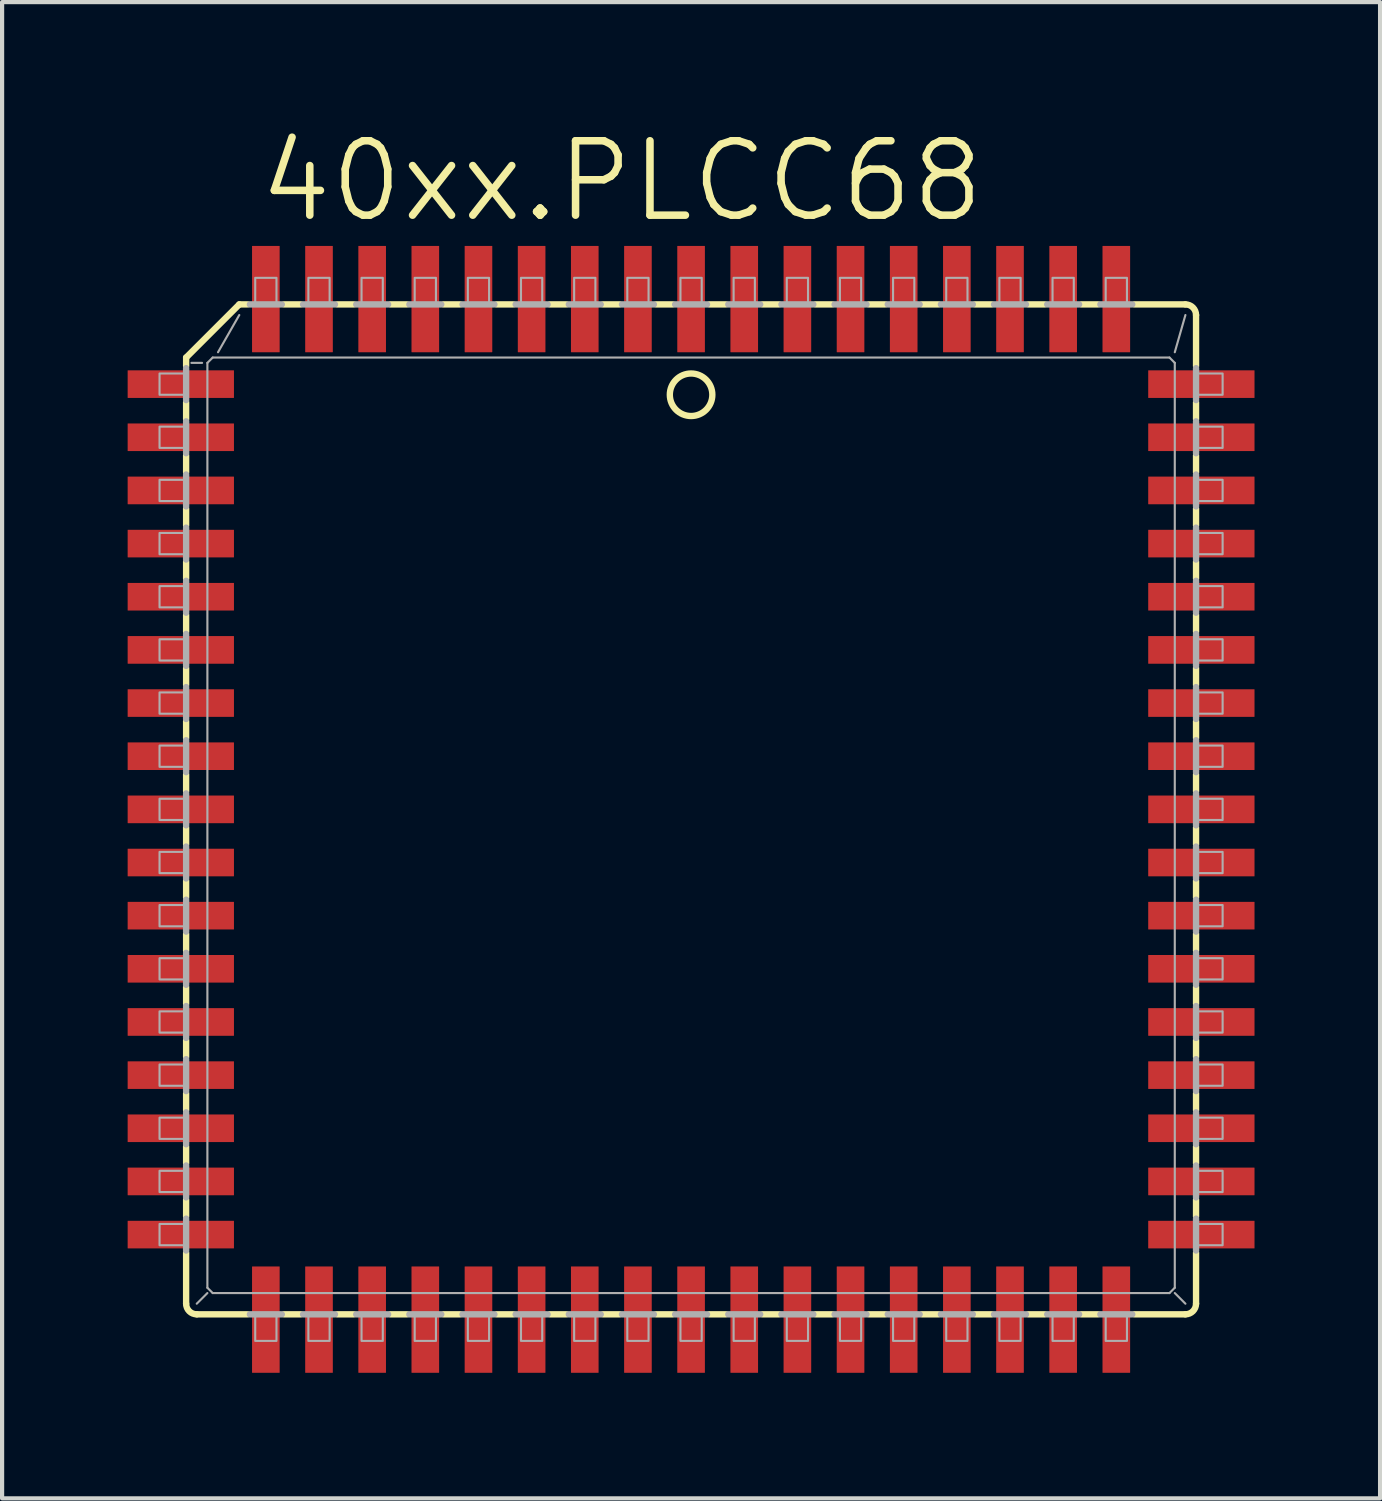
<source format=kicad_pcb>
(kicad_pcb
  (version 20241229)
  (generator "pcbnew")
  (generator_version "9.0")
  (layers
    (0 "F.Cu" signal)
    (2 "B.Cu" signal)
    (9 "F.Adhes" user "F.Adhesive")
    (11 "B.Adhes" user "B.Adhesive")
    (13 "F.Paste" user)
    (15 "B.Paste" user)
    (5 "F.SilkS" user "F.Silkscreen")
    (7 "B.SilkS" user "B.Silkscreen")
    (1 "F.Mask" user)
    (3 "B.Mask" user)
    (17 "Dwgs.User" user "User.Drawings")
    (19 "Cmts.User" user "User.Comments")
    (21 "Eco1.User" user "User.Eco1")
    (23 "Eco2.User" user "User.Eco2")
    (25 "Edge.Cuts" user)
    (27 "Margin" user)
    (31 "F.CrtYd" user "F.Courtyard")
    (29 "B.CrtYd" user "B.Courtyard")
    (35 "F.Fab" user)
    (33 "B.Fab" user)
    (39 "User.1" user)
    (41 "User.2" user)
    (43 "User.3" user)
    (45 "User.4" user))
  (footprint "40xx.PLCC68"
    (layer "F.Cu")
    (at 13.462 16.288)
    (property "Reference" "40xx.PLCC68" (at -10.414 -13.97 0) (layer "F.SilkS") (effects (font (size 1.778 1.778) (thickness 0.18)) (justify left bottom)))
    (attr smd)
    (fp_line (start -12.065 -10.795) (end -12.065 -10.592) (stroke (width 0.152) (type default)) (layer "F.SilkS"))
    (fp_line (start -12.065 -10.795) (end -10.795 -12.065) (stroke (width 0.152) (type default)) (layer "F.SilkS"))
    (fp_line (start -12.065 -9.728) (end -12.065 -9.322) (stroke (width 0.152) (type default)) (layer "F.SilkS"))
    (fp_line (start -12.065 -8.458) (end -12.065 -8.052) (stroke (width 0.152) (type default)) (layer "F.SilkS"))
    (fp_line (start -12.065 -7.188) (end -12.065 -6.782) (stroke (width 0.152) (type default)) (layer "F.SilkS"))
    (fp_line (start -12.065 -5.918) (end -12.065 -5.512) (stroke (width 0.152) (type default)) (layer "F.SilkS"))
    (fp_line (start -12.065 -4.648) (end -12.065 -4.242) (stroke (width 0.152) (type default)) (layer "F.SilkS"))
    (fp_line (start -12.065 -3.378) (end -12.065 -2.972) (stroke (width 0.152) (type default)) (layer "F.SilkS"))
    (fp_line (start -12.065 -1.702) (end -12.065 -2.108) (stroke (width 0.152) (type default)) (layer "F.SilkS"))
    (fp_line (start -12.065 -0.838) (end -12.065 -0.432) (stroke (width 0.152) (type default)) (layer "F.SilkS"))
    (fp_line (start -12.065 0.838) (end -12.065 0.432) (stroke (width 0.152) (type default)) (layer "F.SilkS"))
    (fp_line (start -12.065 1.702) (end -12.065 2.108) (stroke (width 0.152) (type default)) (layer "F.SilkS"))
    (fp_line (start -12.065 3.378) (end -12.065 2.972) (stroke (width 0.152) (type default)) (layer "F.SilkS"))
    (fp_line (start -12.065 4.242) (end -12.065 4.648) (stroke (width 0.152) (type default)) (layer "F.SilkS"))
    (fp_line (start -12.065 5.918) (end -12.065 5.512) (stroke (width 0.152) (type default)) (layer "F.SilkS"))
    (fp_line (start -12.065 6.782) (end -12.065 7.188) (stroke (width 0.152) (type default)) (layer "F.SilkS"))
    (fp_line (start -12.065 8.458) (end -12.065 8.052) (stroke (width 0.152) (type default)) (layer "F.SilkS"))
    (fp_line (start -12.065 9.322) (end -12.065 9.728) (stroke (width 0.152) (type default)) (layer "F.SilkS"))
    (fp_line (start -12.065 11.811) (end -12.065 10.592) (stroke (width 0.152) (type default)) (layer "F.SilkS"))
    (fp_line (start -11.811 12.065) (end -10.592 12.065) (stroke (width 0.152) (type default)) (layer "F.SilkS"))
    (fp_line (start -10.795 -12.065) (end -10.592 -12.065) (stroke (width 0.152) (type default)) (layer "F.SilkS"))
    (fp_line (start -9.728 12.065) (end -9.322 12.065) (stroke (width 0.152) (type default)) (layer "F.SilkS"))
    (fp_line (start -9.322 -12.065) (end -9.728 -12.065) (stroke (width 0.152) (type default)) (layer "F.SilkS"))
    (fp_line (start -8.458 -12.065) (end -8.052 -12.065) (stroke (width 0.152) (type default)) (layer "F.SilkS"))
    (fp_line (start -8.458 12.065) (end -8.052 12.065) (stroke (width 0.152) (type default)) (layer "F.SilkS"))
    (fp_line (start -7.188 12.065) (end -6.782 12.065) (stroke (width 0.152) (type default)) (layer "F.SilkS"))
    (fp_line (start -6.782 -12.065) (end -7.188 -12.065) (stroke (width 0.152) (type default)) (layer "F.SilkS"))
    (fp_line (start -5.918 -12.065) (end -5.512 -12.065) (stroke (width 0.152) (type default)) (layer "F.SilkS"))
    (fp_line (start -5.918 12.065) (end -5.512 12.065) (stroke (width 0.152) (type default)) (layer "F.SilkS"))
    (fp_line (start -4.648 12.065) (end -4.242 12.065) (stroke (width 0.152) (type default)) (layer "F.SilkS"))
    (fp_line (start -4.242 -12.065) (end -4.648 -12.065) (stroke (width 0.152) (type default)) (layer "F.SilkS"))
    (fp_line (start -3.378 -12.065) (end -2.972 -12.065) (stroke (width 0.152) (type default)) (layer "F.SilkS"))
    (fp_line (start -3.378 12.065) (end -2.972 12.065) (stroke (width 0.152) (type default)) (layer "F.SilkS"))
    (fp_line (start -1.702 -12.065) (end -2.108 -12.065) (stroke (width 0.152) (type default)) (layer "F.SilkS"))
    (fp_line (start -1.702 12.065) (end -2.108 12.065) (stroke (width 0.152) (type default)) (layer "F.SilkS"))
    (fp_line (start -0.838 -12.065) (end -0.432 -12.065) (stroke (width 0.152) (type default)) (layer "F.SilkS"))
    (fp_line (start -0.838 12.065) (end -0.432 12.065) (stroke (width 0.152) (type default)) (layer "F.SilkS"))
    (fp_line (start 0.838 -12.065) (end 0.432 -12.065) (stroke (width 0.152) (type default)) (layer "F.SilkS"))
    (fp_line (start 0.838 12.065) (end 0.432 12.065) (stroke (width 0.152) (type default)) (layer "F.SilkS"))
    (fp_line (start 1.702 -12.065) (end 2.108 -12.065) (stroke (width 0.152) (type default)) (layer "F.SilkS"))
    (fp_line (start 1.702 12.065) (end 2.108 12.065) (stroke (width 0.152) (type default)) (layer "F.SilkS"))
    (fp_line (start 3.378 -12.065) (end 2.972 -12.065) (stroke (width 0.152) (type default)) (layer "F.SilkS"))
    (fp_line (start 3.378 12.065) (end 2.972 12.065) (stroke (width 0.152) (type default)) (layer "F.SilkS"))
    (fp_line (start 4.242 12.065) (end 4.648 12.065) (stroke (width 0.152) (type default)) (layer "F.SilkS"))
    (fp_line (start 4.648 -12.065) (end 4.242 -12.065) (stroke (width 0.152) (type default)) (layer "F.SilkS"))
    (fp_line (start 5.918 -12.065) (end 5.512 -12.065) (stroke (width 0.152) (type default)) (layer "F.SilkS"))
    (fp_line (start 5.918 12.065) (end 5.512 12.065) (stroke (width 0.152) (type default)) (layer "F.SilkS"))
    (fp_line (start 6.782 12.065) (end 7.188 12.065) (stroke (width 0.152) (type default)) (layer "F.SilkS"))
    (fp_line (start 7.188 -12.065) (end 6.782 -12.065) (stroke (width 0.152) (type default)) (layer "F.SilkS"))
    (fp_line (start 8.458 -12.065) (end 8.052 -12.065) (stroke (width 0.152) (type default)) (layer "F.SilkS"))
    (fp_line (start 8.458 12.065) (end 8.052 12.065) (stroke (width 0.152) (type default)) (layer "F.SilkS"))
    (fp_line (start 9.322 12.065) (end 9.728 12.065) (stroke (width 0.152) (type default)) (layer "F.SilkS"))
    (fp_line (start 9.728 -12.065) (end 9.322 -12.065) (stroke (width 0.152) (type default)) (layer "F.SilkS"))
    (fp_line (start 11.811 -12.065) (end 10.592 -12.065) (stroke (width 0.152) (type default)) (layer "F.SilkS"))
    (fp_line (start 11.811 12.065) (end 10.592 12.065) (stroke (width 0.152) (type default)) (layer "F.SilkS"))
    (fp_line (start 12.065 -11.811) (end 12.065 -10.592) (stroke (width 0.152) (type default)) (layer "F.SilkS"))
    (fp_line (start 12.065 -9.322) (end 12.065 -9.728) (stroke (width 0.152) (type default)) (layer "F.SilkS"))
    (fp_line (start 12.065 -8.458) (end 12.065 -8.052) (stroke (width 0.152) (type default)) (layer "F.SilkS"))
    (fp_line (start 12.065 -6.782) (end 12.065 -7.188) (stroke (width 0.152) (type default)) (layer "F.SilkS"))
    (fp_line (start 12.065 -5.918) (end 12.065 -5.512) (stroke (width 0.152) (type default)) (layer "F.SilkS"))
    (fp_line (start 12.065 -4.242) (end 12.065 -4.648) (stroke (width 0.152) (type default)) (layer "F.SilkS"))
    (fp_line (start 12.065 -3.378) (end 12.065 -2.972) (stroke (width 0.152) (type default)) (layer "F.SilkS"))
    (fp_line (start 12.065 -1.702) (end 12.065 -2.108) (stroke (width 0.152) (type default)) (layer "F.SilkS"))
    (fp_line (start 12.065 -0.838) (end 12.065 -0.432) (stroke (width 0.152) (type default)) (layer "F.SilkS"))
    (fp_line (start 12.065 0.838) (end 12.065 0.432) (stroke (width 0.152) (type default)) (layer "F.SilkS"))
    (fp_line (start 12.065 1.702) (end 12.065 2.108) (stroke (width 0.152) (type default)) (layer "F.SilkS"))
    (fp_line (start 12.065 3.378) (end 12.065 2.972) (stroke (width 0.152) (type default)) (layer "F.SilkS"))
    (fp_line (start 12.065 4.648) (end 12.065 4.242) (stroke (width 0.152) (type default)) (layer "F.SilkS"))
    (fp_line (start 12.065 5.918) (end 12.065 5.512) (stroke (width 0.152) (type default)) (layer "F.SilkS"))
    (fp_line (start 12.065 7.188) (end 12.065 6.782) (stroke (width 0.152) (type default)) (layer "F.SilkS"))
    (fp_line (start 12.065 8.458) (end 12.065 8.052) (stroke (width 0.152) (type default)) (layer "F.SilkS"))
    (fp_line (start 12.065 9.728) (end 12.065 9.322) (stroke (width 0.152) (type default)) (layer "F.SilkS"))
    (fp_line (start 12.065 11.811) (end 12.065 10.592) (stroke (width 0.152) (type default)) (layer "F.SilkS"))
    (fp_arc (start -11.811 12.065) (mid -11.990605 11.990605) (end -12.065 11.811) (stroke (width 0.1524) (type default)) (layer "F.SilkS"))
    (fp_arc (start 11.811 -12.065) (mid 11.990605 -11.990605) (end 12.065 -11.811) (stroke (width 0.1524) (type default)) (layer "F.SilkS"))
    (fp_arc (start 12.065 11.811) (mid 11.990605 11.990605) (end 11.811 12.065) (stroke (width 0.1524) (type default)) (layer "F.SilkS"))
    (fp_circle (center 0 -9.906) (end 0.508 -9.906) (stroke (width 0.152) (type default)) (fill no) (layer "F.SilkS"))
    (fp_line (start -12.065 -10.541) (end -12.065 -9.779) (stroke (width 0.152) (type default)) (layer "F.Fab"))
    (fp_line (start -12.065 -9.271) (end -12.065 -8.509) (stroke (width 0.152) (type default)) (layer "F.Fab"))
    (fp_line (start -12.065 -8.001) (end -12.065 -7.239) (stroke (width 0.152) (type default)) (layer "F.Fab"))
    (fp_line (start -12.065 -6.731) (end -12.065 -5.969) (stroke (width 0.152) (type default)) (layer "F.Fab"))
    (fp_line (start -12.065 -5.461) (end -12.065 -4.699) (stroke (width 0.152) (type default)) (layer "F.Fab"))
    (fp_line (start -12.065 -4.191) (end -12.065 -3.429) (stroke (width 0.152) (type default)) (layer "F.Fab"))
    (fp_line (start -12.065 -2.921) (end -12.065 -2.159) (stroke (width 0.152) (type default)) (layer "F.Fab"))
    (fp_line (start -12.065 -1.651) (end -12.065 -0.889) (stroke (width 0.152) (type default)) (layer "F.Fab"))
    (fp_line (start -12.065 -0.381) (end -12.065 0.381) (stroke (width 0.152) (type default)) (layer "F.Fab"))
    (fp_line (start -12.065 0.889) (end -12.065 1.651) (stroke (width 0.152) (type default)) (layer "F.Fab"))
    (fp_line (start -12.065 2.159) (end -12.065 2.921) (stroke (width 0.152) (type default)) (layer "F.Fab"))
    (fp_line (start -12.065 3.429) (end -12.065 4.191) (stroke (width 0.152) (type default)) (layer "F.Fab"))
    (fp_line (start -12.065 4.699) (end -12.065 5.461) (stroke (width 0.152) (type default)) (layer "F.Fab"))
    (fp_line (start -12.065 5.969) (end -12.065 6.731) (stroke (width 0.152) (type default)) (layer "F.Fab"))
    (fp_line (start -12.065 7.239) (end -12.065 8.001) (stroke (width 0.152) (type default)) (layer "F.Fab"))
    (fp_line (start -12.065 8.509) (end -12.065 9.271) (stroke (width 0.152) (type default)) (layer "F.Fab"))
    (fp_line (start -12.065 9.779) (end -12.065 10.541) (stroke (width 0.152) (type default)) (layer "F.Fab"))
    (fp_line (start -11.684 -10.668) (end -11.938 -10.668) (stroke (width 0.051) (type default)) (layer "F.Fab"))
    (fp_line (start -11.557 11.43) (end -11.557 -10.668) (stroke (width 0.051) (type default)) (layer "F.Fab"))
    (fp_line (start -11.557 11.43) (end -11.43 11.557) (stroke (width 0.051) (type default)) (layer "F.Fab"))
    (fp_line (start -11.557 11.557) (end -11.811 11.811) (stroke (width 0.051) (type default)) (layer "F.Fab"))
    (fp_line (start -11.43 -10.795) (end -11.557 -10.668) (stroke (width 0.051) (type default)) (layer "F.Fab"))
    (fp_line (start -11.43 -10.795) (end 11.43 -10.795) (stroke (width 0.051) (type default)) (layer "F.Fab"))
    (fp_line (start -11.303 -10.922) (end -10.795 -11.811) (stroke (width 0.051) (type default)) (layer "F.Fab"))
    (fp_line (start -10.541 12.065) (end -9.779 12.065) (stroke (width 0.152) (type default)) (layer "F.Fab"))
    (fp_line (start -9.779 -12.065) (end -10.541 -12.065) (stroke (width 0.152) (type default)) (layer "F.Fab"))
    (fp_line (start -9.271 12.065) (end -8.509 12.065) (stroke (width 0.152) (type default)) (layer "F.Fab"))
    (fp_line (start -8.509 -12.065) (end -9.271 -12.065) (stroke (width 0.152) (type default)) (layer "F.Fab"))
    (fp_line (start -8.001 12.065) (end -7.239 12.065) (stroke (width 0.152) (type default)) (layer "F.Fab"))
    (fp_line (start -7.239 -12.065) (end -8.001 -12.065) (stroke (width 0.152) (type default)) (layer "F.Fab"))
    (fp_line (start -6.731 12.065) (end -5.969 12.065) (stroke (width 0.152) (type default)) (layer "F.Fab"))
    (fp_line (start -5.969 -12.065) (end -6.731 -12.065) (stroke (width 0.152) (type default)) (layer "F.Fab"))
    (fp_line (start -5.461 12.065) (end -4.699 12.065) (stroke (width 0.152) (type default)) (layer "F.Fab"))
    (fp_line (start -4.699 -12.065) (end -5.461 -12.065) (stroke (width 0.152) (type default)) (layer "F.Fab"))
    (fp_line (start -4.191 12.065) (end -3.429 12.065) (stroke (width 0.152) (type default)) (layer "F.Fab"))
    (fp_line (start -3.429 -12.065) (end -4.191 -12.065) (stroke (width 0.152) (type default)) (layer "F.Fab"))
    (fp_line (start -2.921 12.065) (end -2.159 12.065) (stroke (width 0.152) (type default)) (layer "F.Fab"))
    (fp_line (start -2.159 -12.065) (end -2.921 -12.065) (stroke (width 0.152) (type default)) (layer "F.Fab"))
    (fp_line (start -1.651 12.065) (end -0.889 12.065) (stroke (width 0.152) (type default)) (layer "F.Fab"))
    (fp_line (start -0.889 -12.065) (end -1.651 -12.065) (stroke (width 0.152) (type default)) (layer "F.Fab"))
    (fp_line (start -0.381 12.065) (end 0.381 12.065) (stroke (width 0.152) (type default)) (layer "F.Fab"))
    (fp_line (start 0.381 -12.065) (end -0.381 -12.065) (stroke (width 0.152) (type default)) (layer "F.Fab"))
    (fp_line (start 0.889 12.065) (end 1.651 12.065) (stroke (width 0.152) (type default)) (layer "F.Fab"))
    (fp_line (start 1.651 -12.065) (end 0.889 -12.065) (stroke (width 0.152) (type default)) (layer "F.Fab"))
    (fp_line (start 2.159 12.065) (end 2.921 12.065) (stroke (width 0.152) (type default)) (layer "F.Fab"))
    (fp_line (start 2.921 -12.065) (end 2.159 -12.065) (stroke (width 0.152) (type default)) (layer "F.Fab"))
    (fp_line (start 3.429 12.065) (end 4.191 12.065) (stroke (width 0.152) (type default)) (layer "F.Fab"))
    (fp_line (start 4.191 -12.065) (end 3.429 -12.065) (stroke (width 0.152) (type default)) (layer "F.Fab"))
    (fp_line (start 4.699 12.065) (end 5.461 12.065) (stroke (width 0.152) (type default)) (layer "F.Fab"))
    (fp_line (start 5.461 -12.065) (end 4.699 -12.065) (stroke (width 0.152) (type default)) (layer "F.Fab"))
    (fp_line (start 5.969 12.065) (end 6.731 12.065) (stroke (width 0.152) (type default)) (layer "F.Fab"))
    (fp_line (start 6.731 -12.065) (end 5.969 -12.065) (stroke (width 0.152) (type default)) (layer "F.Fab"))
    (fp_line (start 7.239 12.065) (end 8.001 12.065) (stroke (width 0.152) (type default)) (layer "F.Fab"))
    (fp_line (start 8.001 -12.065) (end 7.239 -12.065) (stroke (width 0.152) (type default)) (layer "F.Fab"))
    (fp_line (start 8.509 12.065) (end 9.271 12.065) (stroke (width 0.152) (type default)) (layer "F.Fab"))
    (fp_line (start 9.271 -12.065) (end 8.509 -12.065) (stroke (width 0.152) (type default)) (layer "F.Fab"))
    (fp_line (start 9.779 12.065) (end 10.541 12.065) (stroke (width 0.152) (type default)) (layer "F.Fab"))
    (fp_line (start 10.541 -12.065) (end 9.779 -12.065) (stroke (width 0.152) (type default)) (layer "F.Fab"))
    (fp_line (start 11.43 11.557) (end -11.43 11.557) (stroke (width 0.051) (type default)) (layer "F.Fab"))
    (fp_line (start 11.43 11.557) (end 11.557 11.43) (stroke (width 0.051) (type default)) (layer "F.Fab"))
    (fp_line (start 11.557 -10.668) (end 11.43 -10.795) (stroke (width 0.051) (type default)) (layer "F.Fab"))
    (fp_line (start 11.557 -10.668) (end 11.557 11.43) (stroke (width 0.051) (type default)) (layer "F.Fab"))
    (fp_line (start 11.557 11.557) (end 11.811 11.811) (stroke (width 0.051) (type default)) (layer "F.Fab"))
    (fp_line (start 11.811 -11.811) (end 11.557 -10.922) (stroke (width 0.051) (type default)) (layer "F.Fab"))
    (fp_line (start 12.065 -9.779) (end 12.065 -10.541) (stroke (width 0.152) (type default)) (layer "F.Fab"))
    (fp_line (start 12.065 -8.509) (end 12.065 -9.271) (stroke (width 0.152) (type default)) (layer "F.Fab"))
    (fp_line (start 12.065 -7.239) (end 12.065 -8.001) (stroke (width 0.152) (type default)) (layer "F.Fab"))
    (fp_line (start 12.065 -5.969) (end 12.065 -6.731) (stroke (width 0.152) (type default)) (layer "F.Fab"))
    (fp_line (start 12.065 -4.699) (end 12.065 -5.461) (stroke (width 0.152) (type default)) (layer "F.Fab"))
    (fp_line (start 12.065 -3.429) (end 12.065 -4.191) (stroke (width 0.152) (type default)) (layer "F.Fab"))
    (fp_line (start 12.065 -2.159) (end 12.065 -2.921) (stroke (width 0.152) (type default)) (layer "F.Fab"))
    (fp_line (start 12.065 -0.889) (end 12.065 -1.651) (stroke (width 0.152) (type default)) (layer "F.Fab"))
    (fp_line (start 12.065 0.381) (end 12.065 -0.381) (stroke (width 0.152) (type default)) (layer "F.Fab"))
    (fp_line (start 12.065 1.651) (end 12.065 0.889) (stroke (width 0.152) (type default)) (layer "F.Fab"))
    (fp_line (start 12.065 2.921) (end 12.065 2.159) (stroke (width 0.152) (type default)) (layer "F.Fab"))
    (fp_line (start 12.065 4.191) (end 12.065 3.429) (stroke (width 0.152) (type default)) (layer "F.Fab"))
    (fp_line (start 12.065 5.461) (end 12.065 4.699) (stroke (width 0.152) (type default)) (layer "F.Fab"))
    (fp_line (start 12.065 6.731) (end 12.065 5.969) (stroke (width 0.152) (type default)) (layer "F.Fab"))
    (fp_line (start 12.065 8.001) (end 12.065 7.239) (stroke (width 0.152) (type default)) (layer "F.Fab"))
    (fp_line (start 12.065 9.271) (end 12.065 8.509) (stroke (width 0.152) (type default)) (layer "F.Fab"))
    (fp_line (start 12.065 10.541) (end 12.065 9.779) (stroke (width 0.152) (type default)) (layer "F.Fab"))
    (fp_rect (start -12.7 -9.906) (end -12.065 -10.414) (stroke (width 0.05) (type default)) (fill no) (layer "F.Fab"))
    (fp_rect (start -12.7 -8.636) (end -12.065 -9.144) (stroke (width 0.05) (type default)) (fill no) (layer "F.Fab"))
    (fp_rect (start -12.7 -7.366) (end -12.065 -7.874) (stroke (width 0.05) (type default)) (fill no) (layer "F.Fab"))
    (fp_rect (start -12.7 -6.096) (end -12.065 -6.604) (stroke (width 0.05) (type default)) (fill no) (layer "F.Fab"))
    (fp_rect (start -12.7 -4.826) (end -12.065 -5.334) (stroke (width 0.05) (type default)) (fill no) (layer "F.Fab"))
    (fp_rect (start -12.7 -3.556) (end -12.065 -4.064) (stroke (width 0.05) (type default)) (fill no) (layer "F.Fab"))
    (fp_rect (start -12.7 -2.286) (end -12.065 -2.794) (stroke (width 0.05) (type default)) (fill no) (layer "F.Fab"))
    (fp_rect (start -12.7 -1.016) (end -12.065 -1.524) (stroke (width 0.05) (type default)) (fill no) (layer "F.Fab"))
    (fp_rect (start -12.7 0.254) (end -12.065 -0.254) (stroke (width 0.05) (type default)) (fill no) (layer "F.Fab"))
    (fp_rect (start -12.7 1.524) (end -12.065 1.016) (stroke (width 0.05) (type default)) (fill no) (layer "F.Fab"))
    (fp_rect (start -12.7 2.794) (end -12.065 2.286) (stroke (width 0.05) (type default)) (fill no) (layer "F.Fab"))
    (fp_rect (start -12.7 4.064) (end -12.065 3.556) (stroke (width 0.05) (type default)) (fill no) (layer "F.Fab"))
    (fp_rect (start -12.7 5.334) (end -12.065 4.826) (stroke (width 0.05) (type default)) (fill no) (layer "F.Fab"))
    (fp_rect (start -12.7 6.604) (end -12.065 6.096) (stroke (width 0.05) (type default)) (fill no) (layer "F.Fab"))
    (fp_rect (start -12.7 7.874) (end -12.065 7.366) (stroke (width 0.05) (type default)) (fill no) (layer "F.Fab"))
    (fp_rect (start -12.7 9.144) (end -12.065 8.636) (stroke (width 0.05) (type default)) (fill no) (layer "F.Fab"))
    (fp_rect (start -12.7 10.414) (end -12.065 9.906) (stroke (width 0.05) (type default)) (fill no) (layer "F.Fab"))
    (fp_rect (start -10.414 -12.065) (end -9.906 -12.7) (stroke (width 0.05) (type default)) (fill no) (layer "F.Fab"))
    (fp_rect (start -10.414 12.7) (end -9.906 12.065) (stroke (width 0.05) (type default)) (fill no) (layer "F.Fab"))
    (fp_rect (start -9.144 -12.065) (end -8.636 -12.7) (stroke (width 0.05) (type default)) (fill no) (layer "F.Fab"))
    (fp_rect (start -9.144 12.7) (end -8.636 12.065) (stroke (width 0.05) (type default)) (fill no) (layer "F.Fab"))
    (fp_rect (start -7.874 -12.065) (end -7.366 -12.7) (stroke (width 0.05) (type default)) (fill no) (layer "F.Fab"))
    (fp_rect (start -7.874 12.7) (end -7.366 12.065) (stroke (width 0.05) (type default)) (fill no) (layer "F.Fab"))
    (fp_rect (start -6.604 -12.065) (end -6.096 -12.7) (stroke (width 0.05) (type default)) (fill no) (layer "F.Fab"))
    (fp_rect (start -6.604 12.7) (end -6.096 12.065) (stroke (width 0.05) (type default)) (fill no) (layer "F.Fab"))
    (fp_rect (start -5.334 -12.065) (end -4.826 -12.7) (stroke (width 0.05) (type default)) (fill no) (layer "F.Fab"))
    (fp_rect (start -5.334 12.7) (end -4.826 12.065) (stroke (width 0.05) (type default)) (fill no) (layer "F.Fab"))
    (fp_rect (start -4.064 -12.065) (end -3.556 -12.7) (stroke (width 0.05) (type default)) (fill no) (layer "F.Fab"))
    (fp_rect (start -4.064 12.7) (end -3.556 12.065) (stroke (width 0.05) (type default)) (fill no) (layer "F.Fab"))
    (fp_rect (start -2.794 -12.065) (end -2.286 -12.7) (stroke (width 0.05) (type default)) (fill no) (layer "F.Fab"))
    (fp_rect (start -2.794 12.7) (end -2.286 12.065) (stroke (width 0.05) (type default)) (fill no) (layer "F.Fab"))
    (fp_rect (start -1.524 -12.065) (end -1.016 -12.7) (stroke (width 0.05) (type default)) (fill no) (layer "F.Fab"))
    (fp_rect (start -1.524 12.7) (end -1.016 12.065) (stroke (width 0.05) (type default)) (fill no) (layer "F.Fab"))
    (fp_rect (start -0.254 -12.065) (end 0.254 -12.7) (stroke (width 0.05) (type default)) (fill no) (layer "F.Fab"))
    (fp_rect (start -0.254 12.7) (end 0.254 12.065) (stroke (width 0.05) (type default)) (fill no) (layer "F.Fab"))
    (fp_rect (start 1.016 -12.065) (end 1.524 -12.7) (stroke (width 0.05) (type default)) (fill no) (layer "F.Fab"))
    (fp_rect (start 1.016 12.7) (end 1.524 12.065) (stroke (width 0.05) (type default)) (fill no) (layer "F.Fab"))
    (fp_rect (start 2.286 -12.065) (end 2.794 -12.7) (stroke (width 0.05) (type default)) (fill no) (layer "F.Fab"))
    (fp_rect (start 2.286 12.7) (end 2.794 12.065) (stroke (width 0.05) (type default)) (fill no) (layer "F.Fab"))
    (fp_rect (start 3.556 -12.065) (end 4.064 -12.7) (stroke (width 0.05) (type default)) (fill no) (layer "F.Fab"))
    (fp_rect (start 3.556 12.7) (end 4.064 12.065) (stroke (width 0.05) (type default)) (fill no) (layer "F.Fab"))
    (fp_rect (start 4.826 -12.065) (end 5.334 -12.7) (stroke (width 0.05) (type default)) (fill no) (layer "F.Fab"))
    (fp_rect (start 4.826 12.7) (end 5.334 12.065) (stroke (width 0.05) (type default)) (fill no) (layer "F.Fab"))
    (fp_rect (start 6.096 -12.065) (end 6.604 -12.7) (stroke (width 0.05) (type default)) (fill no) (layer "F.Fab"))
    (fp_rect (start 6.096 12.7) (end 6.604 12.065) (stroke (width 0.05) (type default)) (fill no) (layer "F.Fab"))
    (fp_rect (start 7.366 -12.065) (end 7.874 -12.7) (stroke (width 0.05) (type default)) (fill no) (layer "F.Fab"))
    (fp_rect (start 7.366 12.7) (end 7.874 12.065) (stroke (width 0.05) (type default)) (fill no) (layer "F.Fab"))
    (fp_rect (start 8.636 -12.065) (end 9.144 -12.7) (stroke (width 0.05) (type default)) (fill no) (layer "F.Fab"))
    (fp_rect (start 8.636 12.7) (end 9.144 12.065) (stroke (width 0.05) (type default)) (fill no) (layer "F.Fab"))
    (fp_rect (start 9.906 -12.065) (end 10.414 -12.7) (stroke (width 0.05) (type default)) (fill no) (layer "F.Fab"))
    (fp_rect (start 9.906 12.7) (end 10.414 12.065) (stroke (width 0.05) (type default)) (fill no) (layer "F.Fab"))
    (fp_rect (start 12.065 -9.906) (end 12.7 -10.414) (stroke (width 0.05) (type default)) (fill no) (layer "F.Fab"))
    (fp_rect (start 12.065 -8.636) (end 12.7 -9.144) (stroke (width 0.05) (type default)) (fill no) (layer "F.Fab"))
    (fp_rect (start 12.065 -7.366) (end 12.7 -7.874) (stroke (width 0.05) (type default)) (fill no) (layer "F.Fab"))
    (fp_rect (start 12.065 -6.096) (end 12.7 -6.604) (stroke (width 0.05) (type default)) (fill no) (layer "F.Fab"))
    (fp_rect (start 12.065 -4.826) (end 12.7 -5.334) (stroke (width 0.05) (type default)) (fill no) (layer "F.Fab"))
    (fp_rect (start 12.065 -3.556) (end 12.7 -4.064) (stroke (width 0.05) (type default)) (fill no) (layer "F.Fab"))
    (fp_rect (start 12.065 -2.286) (end 12.7 -2.794) (stroke (width 0.05) (type default)) (fill no) (layer "F.Fab"))
    (fp_rect (start 12.065 -1.016) (end 12.7 -1.524) (stroke (width 0.05) (type default)) (fill no) (layer "F.Fab"))
    (fp_rect (start 12.065 0.254) (end 12.7 -0.254) (stroke (width 0.05) (type default)) (fill no) (layer "F.Fab"))
    (fp_rect (start 12.065 1.524) (end 12.7 1.016) (stroke (width 0.05) (type default)) (fill no) (layer "F.Fab"))
    (fp_rect (start 12.065 2.794) (end 12.7 2.286) (stroke (width 0.05) (type default)) (fill no) (layer "F.Fab"))
    (fp_rect (start 12.065 4.064) (end 12.7 3.556) (stroke (width 0.05) (type default)) (fill no) (layer "F.Fab"))
    (fp_rect (start 12.065 5.334) (end 12.7 4.826) (stroke (width 0.05) (type default)) (fill no) (layer "F.Fab"))
    (fp_rect (start 12.065 6.604) (end 12.7 6.096) (stroke (width 0.05) (type default)) (fill no) (layer "F.Fab"))
    (fp_rect (start 12.065 7.874) (end 12.7 7.366) (stroke (width 0.05) (type default)) (fill no) (layer "F.Fab"))
    (fp_rect (start 12.065 9.144) (end 12.7 8.636) (stroke (width 0.05) (type default)) (fill no) (layer "F.Fab"))
    (fp_rect (start 12.065 10.414) (end 12.7 9.906) (stroke (width 0.05) (type default)) (fill no) (layer "F.Fab"))
    (pad "1" smd roundrect (at 0 -12.192) (size 0.66 2.54) (layers "F.Cu" "F.Mask" "F.Paste") (roundrect_rratio 0.01))
    (pad "2" smd roundrect (at -1.27 -12.192) (size 0.66 2.54) (layers "F.Cu" "F.Mask" "F.Paste") (roundrect_rratio 0.01))
    (pad "3" smd roundrect (at -2.54 -12.192) (size 0.66 2.54) (layers "F.Cu" "F.Mask" "F.Paste") (roundrect_rratio 0.01))
    (pad "4" smd roundrect (at -3.81 -12.192) (size 0.66 2.54) (layers "F.Cu" "F.Mask" "F.Paste") (roundrect_rratio 0.01))
    (pad "5" smd roundrect (at -5.08 -12.192) (size 0.66 2.54) (layers "F.Cu" "F.Mask" "F.Paste") (roundrect_rratio 0.01))
    (pad "6" smd roundrect (at -6.35 -12.192) (size 0.66 2.54) (layers "F.Cu" "F.Mask" "F.Paste") (roundrect_rratio 0.01))
    (pad "7" smd roundrect (at -7.62 -12.192) (size 0.66 2.54) (layers "F.Cu" "F.Mask" "F.Paste") (roundrect_rratio 0.01))
    (pad "8" smd roundrect (at -8.89 -12.192) (size 0.66 2.54) (layers "F.Cu" "F.Mask" "F.Paste") (roundrect_rratio 0.01))
    (pad "9" smd roundrect (at -10.16 -12.192) (size 0.66 2.54) (layers "F.Cu" "F.Mask" "F.Paste") (roundrect_rratio 0.01))
    (pad "10" smd roundrect (at -12.192 -10.16) (size 2.54 0.66) (layers "F.Cu" "F.Mask" "F.Paste") (roundrect_rratio 0.01))
    (pad "11" smd roundrect (at -12.192 -8.89) (size 2.54 0.66) (layers "F.Cu" "F.Mask" "F.Paste") (roundrect_rratio 0.01))
    (pad "12" smd roundrect (at -12.192 -7.62) (size 2.54 0.66) (layers "F.Cu" "F.Mask" "F.Paste") (roundrect_rratio 0.01))
    (pad "13" smd roundrect (at -12.192 -6.35) (size 2.54 0.66) (layers "F.Cu" "F.Mask" "F.Paste") (roundrect_rratio 0.01))
    (pad "14" smd roundrect (at -12.192 -5.08) (size 2.54 0.66) (layers "F.Cu" "F.Mask" "F.Paste") (roundrect_rratio 0.01))
    (pad "15" smd roundrect (at -12.192 -3.81) (size 2.54 0.66) (layers "F.Cu" "F.Mask" "F.Paste") (roundrect_rratio 0.01))
    (pad "16" smd roundrect (at -12.192 -2.54) (size 2.54 0.66) (layers "F.Cu" "F.Mask" "F.Paste") (roundrect_rratio 0.01))
    (pad "17" smd roundrect (at -12.192 -1.27) (size 2.54 0.66) (layers "F.Cu" "F.Mask" "F.Paste") (roundrect_rratio 0.01))
    (pad "18" smd roundrect (at -12.192 0) (size 2.54 0.66) (layers "F.Cu" "F.Mask" "F.Paste") (roundrect_rratio 0.01))
    (pad "19" smd roundrect (at -12.192 1.27) (size 2.54 0.66) (layers "F.Cu" "F.Mask" "F.Paste") (roundrect_rratio 0.01))
    (pad "20" smd roundrect (at -12.192 2.54) (size 2.54 0.66) (layers "F.Cu" "F.Mask" "F.Paste") (roundrect_rratio 0.01))
    (pad "21" smd roundrect (at -12.192 3.81) (size 2.54 0.66) (layers "F.Cu" "F.Mask" "F.Paste") (roundrect_rratio 0.01))
    (pad "22" smd roundrect (at -12.192 5.08) (size 2.54 0.66) (layers "F.Cu" "F.Mask" "F.Paste") (roundrect_rratio 0.01))
    (pad "23" smd roundrect (at -12.192 6.35) (size 2.54 0.66) (layers "F.Cu" "F.Mask" "F.Paste") (roundrect_rratio 0.01))
    (pad "24" smd roundrect (at -12.192 7.62) (size 2.54 0.66) (layers "F.Cu" "F.Mask" "F.Paste") (roundrect_rratio 0.01))
    (pad "25" smd roundrect (at -12.192 8.89) (size 2.54 0.66) (layers "F.Cu" "F.Mask" "F.Paste") (roundrect_rratio 0.01))
    (pad "26" smd roundrect (at -12.192 10.16) (size 2.54 0.66) (layers "F.Cu" "F.Mask" "F.Paste") (roundrect_rratio 0.01))
    (pad "27" smd roundrect (at -10.16 12.192) (size 0.66 2.54) (layers "F.Cu" "F.Mask" "F.Paste") (roundrect_rratio 0.01))
    (pad "28" smd roundrect (at -8.89 12.192) (size 0.66 2.54) (layers "F.Cu" "F.Mask" "F.Paste") (roundrect_rratio 0.01))
    (pad "29" smd roundrect (at -7.62 12.192) (size 0.66 2.54) (layers "F.Cu" "F.Mask" "F.Paste") (roundrect_rratio 0.01))
    (pad "30" smd roundrect (at -6.35 12.192) (size 0.66 2.54) (layers "F.Cu" "F.Mask" "F.Paste") (roundrect_rratio 0.01))
    (pad "31" smd roundrect (at -5.08 12.192) (size 0.66 2.54) (layers "F.Cu" "F.Mask" "F.Paste") (roundrect_rratio 0.01))
    (pad "32" smd roundrect (at -3.81 12.192) (size 0.66 2.54) (layers "F.Cu" "F.Mask" "F.Paste") (roundrect_rratio 0.01))
    (pad "33" smd roundrect (at -2.54 12.192) (size 0.66 2.54) (layers "F.Cu" "F.Mask" "F.Paste") (roundrect_rratio 0.01))
    (pad "34" smd roundrect (at -1.27 12.192) (size 0.66 2.54) (layers "F.Cu" "F.Mask" "F.Paste") (roundrect_rratio 0.01))
    (pad "35" smd roundrect (at 0 12.192) (size 0.66 2.54) (layers "F.Cu" "F.Mask" "F.Paste") (roundrect_rratio 0.01))
    (pad "36" smd roundrect (at 1.27 12.192) (size 0.66 2.54) (layers "F.Cu" "F.Mask" "F.Paste") (roundrect_rratio 0.01))
    (pad "37" smd roundrect (at 2.54 12.192) (size 0.66 2.54) (layers "F.Cu" "F.Mask" "F.Paste") (roundrect_rratio 0.01))
    (pad "38" smd roundrect (at 3.81 12.192) (size 0.66 2.54) (layers "F.Cu" "F.Mask" "F.Paste") (roundrect_rratio 0.01))
    (pad "39" smd roundrect (at 5.08 12.192) (size 0.66 2.54) (layers "F.Cu" "F.Mask" "F.Paste") (roundrect_rratio 0.01))
    (pad "40" smd roundrect (at 6.35 12.192) (size 0.66 2.54) (layers "F.Cu" "F.Mask" "F.Paste") (roundrect_rratio 0.01))
    (pad "41" smd roundrect (at 7.62 12.192) (size 0.66 2.54) (layers "F.Cu" "F.Mask" "F.Paste") (roundrect_rratio 0.01))
    (pad "42" smd roundrect (at 8.89 12.192) (size 0.66 2.54) (layers "F.Cu" "F.Mask" "F.Paste") (roundrect_rratio 0.01))
    (pad "43" smd roundrect (at 10.16 12.192) (size 0.66 2.54) (layers "F.Cu" "F.Mask" "F.Paste") (roundrect_rratio 0.01))
    (pad "44" smd roundrect (at 12.192 10.16) (size 2.54 0.66) (layers "F.Cu" "F.Mask" "F.Paste") (roundrect_rratio 0.01))
    (pad "45" smd roundrect (at 12.192 8.89) (size 2.54 0.66) (layers "F.Cu" "F.Mask" "F.Paste") (roundrect_rratio 0.01))
    (pad "46" smd roundrect (at 12.192 7.62) (size 2.54 0.66) (layers "F.Cu" "F.Mask" "F.Paste") (roundrect_rratio 0.01))
    (pad "47" smd roundrect (at 12.192 6.35) (size 2.54 0.66) (layers "F.Cu" "F.Mask" "F.Paste") (roundrect_rratio 0.01))
    (pad "48" smd roundrect (at 12.192 5.08) (size 2.54 0.66) (layers "F.Cu" "F.Mask" "F.Paste") (roundrect_rratio 0.01))
    (pad "49" smd roundrect (at 12.192 3.81) (size 2.54 0.66) (layers "F.Cu" "F.Mask" "F.Paste") (roundrect_rratio 0.01))
    (pad "50" smd roundrect (at 12.192 2.54) (size 2.54 0.66) (layers "F.Cu" "F.Mask" "F.Paste") (roundrect_rratio 0.01))
    (pad "51" smd roundrect (at 12.192 1.27) (size 2.54 0.66) (layers "F.Cu" "F.Mask" "F.Paste") (roundrect_rratio 0.01))
    (pad "52" smd roundrect (at 12.192 0) (size 2.54 0.66) (layers "F.Cu" "F.Mask" "F.Paste") (roundrect_rratio 0.01))
    (pad "53" smd roundrect (at 12.192 -1.27) (size 2.54 0.66) (layers "F.Cu" "F.Mask" "F.Paste") (roundrect_rratio 0.01))
    (pad "54" smd roundrect (at 12.192 -2.54) (size 2.54 0.66) (layers "F.Cu" "F.Mask" "F.Paste") (roundrect_rratio 0.01))
    (pad "55" smd roundrect (at 12.192 -3.81) (size 2.54 0.66) (layers "F.Cu" "F.Mask" "F.Paste") (roundrect_rratio 0.01))
    (pad "56" smd roundrect (at 12.192 -5.08) (size 2.54 0.66) (layers "F.Cu" "F.Mask" "F.Paste") (roundrect_rratio 0.01))
    (pad "57" smd roundrect (at 12.192 -6.35) (size 2.54 0.66) (layers "F.Cu" "F.Mask" "F.Paste") (roundrect_rratio 0.01))
    (pad "58" smd roundrect (at 12.192 -7.62) (size 2.54 0.66) (layers "F.Cu" "F.Mask" "F.Paste") (roundrect_rratio 0.01))
    (pad "59" smd roundrect (at 12.192 -8.89) (size 2.54 0.66) (layers "F.Cu" "F.Mask" "F.Paste") (roundrect_rratio 0.01))
    (pad "60" smd roundrect (at 12.192 -10.16) (size 2.54 0.66) (layers "F.Cu" "F.Mask" "F.Paste") (roundrect_rratio 0.01))
    (pad "61" smd roundrect (at 10.16 -12.192) (size 0.66 2.54) (layers "F.Cu" "F.Mask" "F.Paste") (roundrect_rratio 0.01))
    (pad "62" smd roundrect (at 8.89 -12.192) (size 0.66 2.54) (layers "F.Cu" "F.Mask" "F.Paste") (roundrect_rratio 0.01))
    (pad "63" smd roundrect (at 7.62 -12.192) (size 0.66 2.54) (layers "F.Cu" "F.Mask" "F.Paste") (roundrect_rratio 0.01))
    (pad "64" smd roundrect (at 6.35 -12.192) (size 0.66 2.54) (layers "F.Cu" "F.Mask" "F.Paste") (roundrect_rratio 0.01))
    (pad "65" smd roundrect (at 5.08 -12.192) (size 0.66 2.54) (layers "F.Cu" "F.Mask" "F.Paste") (roundrect_rratio 0.01))
    (pad "66" smd roundrect (at 3.81 -12.192) (size 0.66 2.54) (layers "F.Cu" "F.Mask" "F.Paste") (roundrect_rratio 0.01))
    (pad "67" smd roundrect (at 2.54 -12.192) (size 0.66 2.54) (layers "F.Cu" "F.Mask" "F.Paste") (roundrect_rratio 0.01))
    (pad "68" smd roundrect (at 1.27 -12.192) (size 0.66 2.54) (layers "F.Cu" "F.Mask" "F.Paste") (roundrect_rratio 0.01)))
  (gr_rect
    (start -3 -3)
    (end 29.924 32.75)
    (stroke (width 0.1) (type default))
    (fill no)
    (layer "Edge.Cuts")))
</source>
